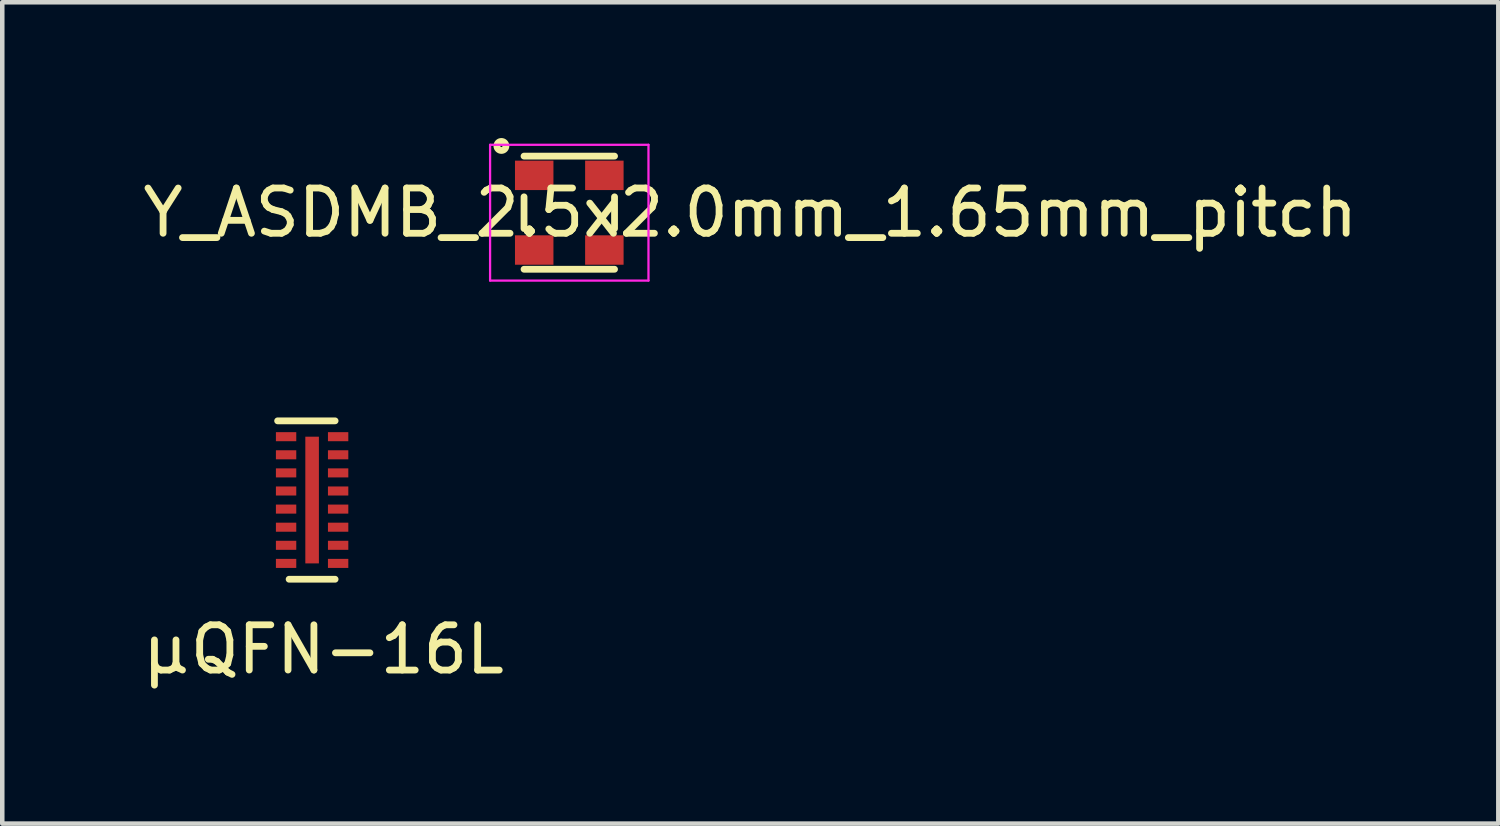
<source format=kicad_pcb>
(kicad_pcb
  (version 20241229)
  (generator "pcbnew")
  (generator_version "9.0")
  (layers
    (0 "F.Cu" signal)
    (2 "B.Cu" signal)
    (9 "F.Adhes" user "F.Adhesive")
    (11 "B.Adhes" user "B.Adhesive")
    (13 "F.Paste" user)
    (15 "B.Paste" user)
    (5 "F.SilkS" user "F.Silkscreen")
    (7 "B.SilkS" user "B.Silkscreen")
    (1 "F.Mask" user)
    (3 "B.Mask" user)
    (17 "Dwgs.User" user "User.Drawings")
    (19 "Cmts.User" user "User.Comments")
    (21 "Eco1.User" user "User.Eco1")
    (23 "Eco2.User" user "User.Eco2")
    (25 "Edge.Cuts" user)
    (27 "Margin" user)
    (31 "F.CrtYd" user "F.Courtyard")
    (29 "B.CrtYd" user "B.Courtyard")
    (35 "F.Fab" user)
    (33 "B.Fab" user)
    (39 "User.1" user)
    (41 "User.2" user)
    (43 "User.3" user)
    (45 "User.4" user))
  (footprint "µQFN-16L"
    (layer "F.Cu")
    (at 3.847 8)
    (property "Reference" "µQFN-16L" (at 0.254 3.302 0) (layer "F.SilkS") (effects (font (size 1 1) (thickness 0.15))))
    (attr through_hole)
    (fp_line (start -0.762 -1.75) (end 0.508 -1.75) (stroke (width 0.15) (type solid)) (layer "F.SilkS"))
    (fp_line (start -0.508 1.75) (end 0.508 1.75) (stroke (width 0.15) (type solid)) (layer "F.SilkS"))
    (pad "1" smd rect (at -0.575 -1.4) (size 0.45 0.2) (layers "F.Cu" "F.Mask" "F.Paste"))
    (pad "2" smd rect (at -0.575 -1) (size 0.45 0.2) (layers "F.Cu" "F.Mask" "F.Paste"))
    (pad "3" smd rect (at -0.575 -0.6) (size 0.45 0.2) (layers "F.Cu" "F.Mask" "F.Paste"))
    (pad "4" smd rect (at -0.575 -0.2) (size 0.45 0.2) (layers "F.Cu" "F.Mask" "F.Paste"))
    (pad "5" smd rect (at -0.575 0.2) (size 0.45 0.2) (layers "F.Cu" "F.Mask" "F.Paste"))
    (pad "6" smd rect (at -0.575 0.6) (size 0.45 0.2) (layers "F.Cu" "F.Mask" "F.Paste"))
    (pad "7" smd rect (at -0.575 1) (size 0.45 0.2) (layers "F.Cu" "F.Mask" "F.Paste"))
    (pad "8" smd rect (at -0.575 1.4) (size 0.45 0.2) (layers "F.Cu" "F.Mask" "F.Paste"))
    (pad "9" smd rect (at 0.575 1.4) (size 0.45 0.2) (layers "F.Cu" "F.Mask" "F.Paste"))
    (pad "10" smd rect (at 0.575 1) (size 0.45 0.2) (layers "F.Cu" "F.Mask" "F.Paste"))
    (pad "11" smd rect (at 0.575 0.6) (size 0.45 0.2) (layers "F.Cu" "F.Mask" "F.Paste"))
    (pad "12" smd rect (at 0.575 0.2) (size 0.45 0.2) (layers "F.Cu" "F.Mask" "F.Paste"))
    (pad "13" smd rect (at 0.575 -0.2) (size 0.45 0.2) (layers "F.Cu" "F.Mask" "F.Paste"))
    (pad "14" smd rect (at 0.575 -0.6) (size 0.45 0.2) (layers "F.Cu" "F.Mask" "F.Paste"))
    (pad "15" smd rect (at 0.575 -1) (size 0.45 0.2) (layers "F.Cu" "F.Mask" "F.Paste"))
    (pad "16" smd rect (at 0.575 -1.4) (size 0.45 0.2) (layers "F.Cu" "F.Mask" "F.Paste"))
    (pad "PAD" smd rect (at 0 0) (size 0.3 2.8) (layers "F.Cu" "F.Mask" "F.Paste")))
  (footprint "Y_ASDMB_2.5x2.0mm_1.65mm_pitch"
    (layer "F.Cu")
    (at 9.53 1.65)
    (property "Reference" "Y_ASDMB_2.5x2.0mm_1.65mm_pitch" (at 4 0 0) (layer "F.SilkS") (effects (font (size 1 1) (thickness 0.15))))
    (attr through_hole)
    (fp_line (start -1 -1.25) (end 1 -1.25) (stroke (width 0.15) (type solid)) (layer "F.SilkS"))
    (fp_line (start -1 -0.35) (end -1 0.35) (stroke (width 0.15) (type solid)) (layer "F.SilkS"))
    (fp_line (start -1 1.25) (end 1 1.25) (stroke (width 0.15) (type solid)) (layer "F.SilkS"))
    (fp_line (start 1 -0.35) (end 1 0.35) (stroke (width 0.15) (type solid)) (layer "F.SilkS"))
    (fp_circle (center -1.5 -1.475) (end -1.4 -1.475) (stroke (width 0.15) (type solid)) (fill no) (layer "F.SilkS"))
    (fp_line (start -1.75 -1.5) (end -1.75 1.5) (stroke (width 0.05) (type solid)) (layer "F.CrtYd"))
    (fp_line (start -1.75 1.5) (end 1.75 1.5) (stroke (width 0.05) (type solid)) (layer "F.CrtYd"))
    (fp_line (start 1.75 -1.5) (end -1.75 -1.5) (stroke (width 0.05) (type solid)) (layer "F.CrtYd"))
    (fp_line (start 1.75 1.5) (end 1.75 -1.5) (stroke (width 0.05) (type solid)) (layer "F.CrtYd"))
    (pad "1" smd rect (at -0.775 -0.825) (size 0.85 0.65) (layers "F.Cu" "F.Mask" "F.Paste"))
    (pad "2" smd rect (at -0.775 0.825) (size 0.85 0.65) (layers "F.Cu" "F.Mask" "F.Paste"))
    (pad "3" smd rect (at 0.775 0.825) (size 0.85 0.65) (layers "F.Cu" "F.Mask" "F.Paste"))
    (pad "4" smd rect (at 0.775 -0.825) (size 0.85 0.65) (layers "F.Cu" "F.Mask" "F.Paste")))
  (gr_rect
    (start -3 -3)
    (end 30.06 15.15)
    (stroke (width 0.1) (type default))
    (fill no)
    (layer "Edge.Cuts")))
</source>
